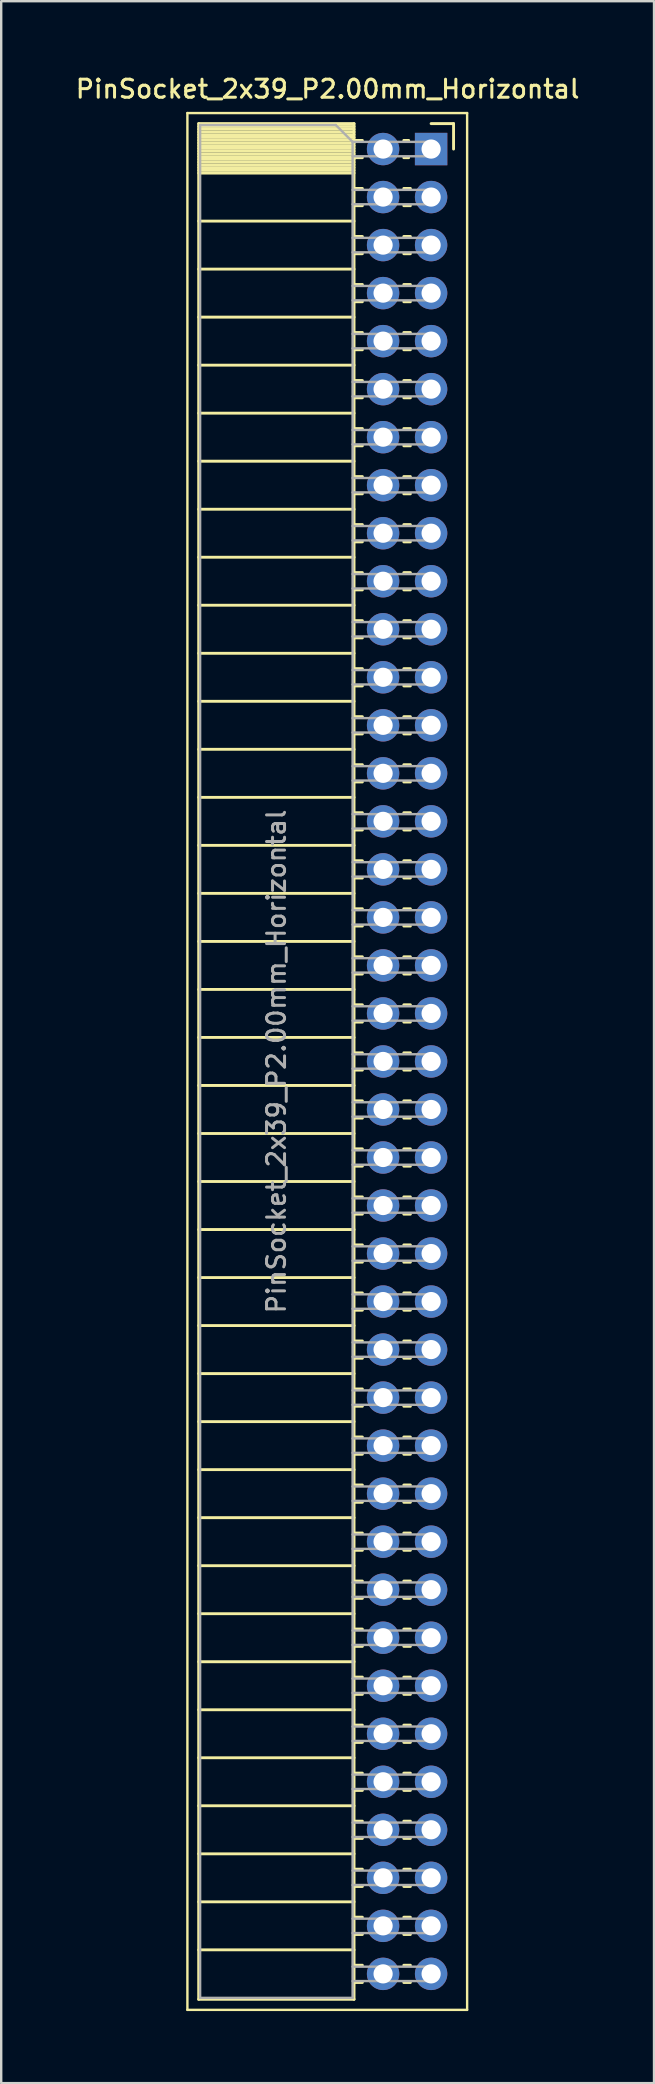
<source format=kicad_pcb>
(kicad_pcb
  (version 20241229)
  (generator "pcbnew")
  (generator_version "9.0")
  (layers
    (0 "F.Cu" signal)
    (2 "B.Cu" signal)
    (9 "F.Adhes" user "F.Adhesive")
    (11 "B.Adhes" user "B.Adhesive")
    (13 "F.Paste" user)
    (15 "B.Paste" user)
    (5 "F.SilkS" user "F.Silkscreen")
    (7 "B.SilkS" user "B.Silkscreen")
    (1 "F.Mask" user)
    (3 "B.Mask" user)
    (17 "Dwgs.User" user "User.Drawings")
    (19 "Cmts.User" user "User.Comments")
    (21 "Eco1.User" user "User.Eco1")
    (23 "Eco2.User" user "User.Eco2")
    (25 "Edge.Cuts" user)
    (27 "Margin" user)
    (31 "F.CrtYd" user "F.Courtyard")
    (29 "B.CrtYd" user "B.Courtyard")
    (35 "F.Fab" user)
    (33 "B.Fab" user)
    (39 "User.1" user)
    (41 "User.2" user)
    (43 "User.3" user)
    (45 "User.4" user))
  (footprint "PinSocket_2x39_P2.00mm_Horizontal"
    (layer "F.Cu")
    (at 14.905 3.158)
    (property "Reference" "PinSocket_2x39_P2.00mm_Horizontal" (at -4.31 -2.5 0) (layer "F.SilkS") (effects (font (size 0.75 0.75) (thickness 0.125))))
    (attr through_hole)
    (fp_line (start -10.15 -1.5) (end -10.15 77.5) (stroke (width 0.1) (type solid)) (layer "F.SilkS"))
    (fp_line (start -10.15 77.5) (end 1.5 77.5) (stroke (width 0.1) (type solid)) (layer "F.SilkS"))
    (fp_line (start -9.68 -1.06) (end -9.68 77.06) (stroke (width 0.12) (type solid)) (layer "F.SilkS"))
    (fp_line (start -9.68 -1.06) (end -3.21 -1.06) (stroke (width 0.12) (type solid)) (layer "F.SilkS"))
    (fp_line (start -9.68 -0.94) (end -3.21 -0.94) (stroke (width 0.12) (type solid)) (layer "F.SilkS"))
    (fp_line (start -9.68 -0.826) (end -3.21 -0.826) (stroke (width 0.12) (type solid)) (layer "F.SilkS"))
    (fp_line (start -9.68 -0.712) (end -3.21 -0.712) (stroke (width 0.12) (type solid)) (layer "F.SilkS"))
    (fp_line (start -9.68 -0.598) (end -3.21 -0.598) (stroke (width 0.12) (type solid)) (layer "F.SilkS"))
    (fp_line (start -9.68 -0.484) (end -3.21 -0.484) (stroke (width 0.12) (type solid)) (layer "F.SilkS"))
    (fp_line (start -9.68 -0.369) (end -3.21 -0.369) (stroke (width 0.12) (type solid)) (layer "F.SilkS"))
    (fp_line (start -9.68 -0.255) (end -3.21 -0.255) (stroke (width 0.12) (type solid)) (layer "F.SilkS"))
    (fp_line (start -9.68 -0.141) (end -3.21 -0.141) (stroke (width 0.12) (type solid)) (layer "F.SilkS"))
    (fp_line (start -9.68 -0.027) (end -3.21 -0.027) (stroke (width 0.12) (type solid)) (layer "F.SilkS"))
    (fp_line (start -9.68 0.087) (end -3.21 0.087) (stroke (width 0.12) (type solid)) (layer "F.SilkS"))
    (fp_line (start -9.68 0.201) (end -3.21 0.201) (stroke (width 0.12) (type solid)) (layer "F.SilkS"))
    (fp_line (start -9.68 0.315) (end -3.21 0.315) (stroke (width 0.12) (type solid)) (layer "F.SilkS"))
    (fp_line (start -9.68 0.429) (end -3.21 0.429) (stroke (width 0.12) (type solid)) (layer "F.SilkS"))
    (fp_line (start -9.68 0.544) (end -3.21 0.544) (stroke (width 0.12) (type solid)) (layer "F.SilkS"))
    (fp_line (start -9.68 0.658) (end -3.21 0.658) (stroke (width 0.12) (type solid)) (layer "F.SilkS"))
    (fp_line (start -9.68 0.772) (end -3.21 0.772) (stroke (width 0.12) (type solid)) (layer "F.SilkS"))
    (fp_line (start -9.68 0.886) (end -3.21 0.886) (stroke (width 0.12) (type solid)) (layer "F.SilkS"))
    (fp_line (start -9.68 1) (end -3.21 1) (stroke (width 0.12) (type solid)) (layer "F.SilkS"))
    (fp_line (start -9.68 3) (end -3.21 3) (stroke (width 0.12) (type solid)) (layer "F.SilkS"))
    (fp_line (start -9.68 5) (end -3.21 5) (stroke (width 0.12) (type solid)) (layer "F.SilkS"))
    (fp_line (start -9.68 7) (end -3.21 7) (stroke (width 0.12) (type solid)) (layer "F.SilkS"))
    (fp_line (start -9.68 9) (end -3.21 9) (stroke (width 0.12) (type solid)) (layer "F.SilkS"))
    (fp_line (start -9.68 11) (end -3.21 11) (stroke (width 0.12) (type solid)) (layer "F.SilkS"))
    (fp_line (start -9.68 13) (end -3.21 13) (stroke (width 0.12) (type solid)) (layer "F.SilkS"))
    (fp_line (start -9.68 15) (end -3.21 15) (stroke (width 0.12) (type solid)) (layer "F.SilkS"))
    (fp_line (start -9.68 17) (end -3.21 17) (stroke (width 0.12) (type solid)) (layer "F.SilkS"))
    (fp_line (start -9.68 19) (end -3.21 19) (stroke (width 0.12) (type solid)) (layer "F.SilkS"))
    (fp_line (start -9.68 21) (end -3.21 21) (stroke (width 0.12) (type solid)) (layer "F.SilkS"))
    (fp_line (start -9.68 23) (end -3.21 23) (stroke (width 0.12) (type solid)) (layer "F.SilkS"))
    (fp_line (start -9.68 25) (end -3.21 25) (stroke (width 0.12) (type solid)) (layer "F.SilkS"))
    (fp_line (start -9.68 27) (end -3.21 27) (stroke (width 0.12) (type solid)) (layer "F.SilkS"))
    (fp_line (start -9.68 29) (end -3.21 29) (stroke (width 0.12) (type solid)) (layer "F.SilkS"))
    (fp_line (start -9.68 31) (end -3.21 31) (stroke (width 0.12) (type solid)) (layer "F.SilkS"))
    (fp_line (start -9.68 33) (end -3.21 33) (stroke (width 0.12) (type solid)) (layer "F.SilkS"))
    (fp_line (start -9.68 35) (end -3.21 35) (stroke (width 0.12) (type solid)) (layer "F.SilkS"))
    (fp_line (start -9.68 37) (end -3.21 37) (stroke (width 0.12) (type solid)) (layer "F.SilkS"))
    (fp_line (start -9.68 39) (end -3.21 39) (stroke (width 0.12) (type solid)) (layer "F.SilkS"))
    (fp_line (start -9.68 41) (end -3.21 41) (stroke (width 0.12) (type solid)) (layer "F.SilkS"))
    (fp_line (start -9.68 43) (end -3.21 43) (stroke (width 0.12) (type solid)) (layer "F.SilkS"))
    (fp_line (start -9.68 45) (end -3.21 45) (stroke (width 0.12) (type solid)) (layer "F.SilkS"))
    (fp_line (start -9.68 47) (end -3.21 47) (stroke (width 0.12) (type solid)) (layer "F.SilkS"))
    (fp_line (start -9.68 49) (end -3.21 49) (stroke (width 0.12) (type solid)) (layer "F.SilkS"))
    (fp_line (start -9.68 51) (end -3.21 51) (stroke (width 0.12) (type solid)) (layer "F.SilkS"))
    (fp_line (start -9.68 53) (end -3.21 53) (stroke (width 0.12) (type solid)) (layer "F.SilkS"))
    (fp_line (start -9.68 55) (end -3.21 55) (stroke (width 0.12) (type solid)) (layer "F.SilkS"))
    (fp_line (start -9.68 57) (end -3.21 57) (stroke (width 0.12) (type solid)) (layer "F.SilkS"))
    (fp_line (start -9.68 59) (end -3.21 59) (stroke (width 0.12) (type solid)) (layer "F.SilkS"))
    (fp_line (start -9.68 61) (end -3.21 61) (stroke (width 0.12) (type solid)) (layer "F.SilkS"))
    (fp_line (start -9.68 63) (end -3.21 63) (stroke (width 0.12) (type solid)) (layer "F.SilkS"))
    (fp_line (start -9.68 65) (end -3.21 65) (stroke (width 0.12) (type solid)) (layer "F.SilkS"))
    (fp_line (start -9.68 67) (end -3.21 67) (stroke (width 0.12) (type solid)) (layer "F.SilkS"))
    (fp_line (start -9.68 69) (end -3.21 69) (stroke (width 0.12) (type solid)) (layer "F.SilkS"))
    (fp_line (start -9.68 71) (end -3.21 71) (stroke (width 0.12) (type solid)) (layer "F.SilkS"))
    (fp_line (start -9.68 73) (end -3.21 73) (stroke (width 0.12) (type solid)) (layer "F.SilkS"))
    (fp_line (start -9.68 75) (end -3.21 75) (stroke (width 0.12) (type solid)) (layer "F.SilkS"))
    (fp_line (start -9.68 77.06) (end -3.21 77.06) (stroke (width 0.12) (type solid)) (layer "F.SilkS"))
    (fp_line (start -3.21 -1.06) (end -3.21 77.06) (stroke (width 0.12) (type solid)) (layer "F.SilkS"))
    (fp_line (start -3.21 -0.36) (end -2.863 -0.36) (stroke (width 0.12) (type solid)) (layer "F.SilkS"))
    (fp_line (start -3.21 0.36) (end -2.863 0.36) (stroke (width 0.12) (type solid)) (layer "F.SilkS"))
    (fp_line (start -3.21 1.64) (end -2.863 1.64) (stroke (width 0.12) (type solid)) (layer "F.SilkS"))
    (fp_line (start -3.21 2.36) (end -2.863 2.36) (stroke (width 0.12) (type solid)) (layer "F.SilkS"))
    (fp_line (start -3.21 3.64) (end -2.863 3.64) (stroke (width 0.12) (type solid)) (layer "F.SilkS"))
    (fp_line (start -3.21 4.36) (end -2.863 4.36) (stroke (width 0.12) (type solid)) (layer "F.SilkS"))
    (fp_line (start -3.21 5.64) (end -2.863 5.64) (stroke (width 0.12) (type solid)) (layer "F.SilkS"))
    (fp_line (start -3.21 6.36) (end -2.863 6.36) (stroke (width 0.12) (type solid)) (layer "F.SilkS"))
    (fp_line (start -3.21 7.64) (end -2.863 7.64) (stroke (width 0.12) (type solid)) (layer "F.SilkS"))
    (fp_line (start -3.21 8.36) (end -2.863 8.36) (stroke (width 0.12) (type solid)) (layer "F.SilkS"))
    (fp_line (start -3.21 9.64) (end -2.863 9.64) (stroke (width 0.12) (type solid)) (layer "F.SilkS"))
    (fp_line (start -3.21 10.36) (end -2.863 10.36) (stroke (width 0.12) (type solid)) (layer "F.SilkS"))
    (fp_line (start -3.21 11.64) (end -2.863 11.64) (stroke (width 0.12) (type solid)) (layer "F.SilkS"))
    (fp_line (start -3.21 12.36) (end -2.863 12.36) (stroke (width 0.12) (type solid)) (layer "F.SilkS"))
    (fp_line (start -3.21 13.64) (end -2.863 13.64) (stroke (width 0.12) (type solid)) (layer "F.SilkS"))
    (fp_line (start -3.21 14.36) (end -2.863 14.36) (stroke (width 0.12) (type solid)) (layer "F.SilkS"))
    (fp_line (start -3.21 15.64) (end -2.863 15.64) (stroke (width 0.12) (type solid)) (layer "F.SilkS"))
    (fp_line (start -3.21 16.36) (end -2.863 16.36) (stroke (width 0.12) (type solid)) (layer "F.SilkS"))
    (fp_line (start -3.21 17.64) (end -2.863 17.64) (stroke (width 0.12) (type solid)) (layer "F.SilkS"))
    (fp_line (start -3.21 18.36) (end -2.863 18.36) (stroke (width 0.12) (type solid)) (layer "F.SilkS"))
    (fp_line (start -3.21 19.64) (end -2.863 19.64) (stroke (width 0.12) (type solid)) (layer "F.SilkS"))
    (fp_line (start -3.21 20.36) (end -2.863 20.36) (stroke (width 0.12) (type solid)) (layer "F.SilkS"))
    (fp_line (start -3.21 21.64) (end -2.863 21.64) (stroke (width 0.12) (type solid)) (layer "F.SilkS"))
    (fp_line (start -3.21 22.36) (end -2.863 22.36) (stroke (width 0.12) (type solid)) (layer "F.SilkS"))
    (fp_line (start -3.21 23.64) (end -2.863 23.64) (stroke (width 0.12) (type solid)) (layer "F.SilkS"))
    (fp_line (start -3.21 24.36) (end -2.863 24.36) (stroke (width 0.12) (type solid)) (layer "F.SilkS"))
    (fp_line (start -3.21 25.64) (end -2.863 25.64) (stroke (width 0.12) (type solid)) (layer "F.SilkS"))
    (fp_line (start -3.21 26.36) (end -2.863 26.36) (stroke (width 0.12) (type solid)) (layer "F.SilkS"))
    (fp_line (start -3.21 27.64) (end -2.863 27.64) (stroke (width 0.12) (type solid)) (layer "F.SilkS"))
    (fp_line (start -3.21 28.36) (end -2.863 28.36) (stroke (width 0.12) (type solid)) (layer "F.SilkS"))
    (fp_line (start -3.21 29.64) (end -2.863 29.64) (stroke (width 0.12) (type solid)) (layer "F.SilkS"))
    (fp_line (start -3.21 30.36) (end -2.863 30.36) (stroke (width 0.12) (type solid)) (layer "F.SilkS"))
    (fp_line (start -3.21 31.64) (end -2.863 31.64) (stroke (width 0.12) (type solid)) (layer "F.SilkS"))
    (fp_line (start -3.21 32.36) (end -2.863 32.36) (stroke (width 0.12) (type solid)) (layer "F.SilkS"))
    (fp_line (start -3.21 33.64) (end -2.863 33.64) (stroke (width 0.12) (type solid)) (layer "F.SilkS"))
    (fp_line (start -3.21 34.36) (end -2.863 34.36) (stroke (width 0.12) (type solid)) (layer "F.SilkS"))
    (fp_line (start -3.21 35.64) (end -2.863 35.64) (stroke (width 0.12) (type solid)) (layer "F.SilkS"))
    (fp_line (start -3.21 36.36) (end -2.863 36.36) (stroke (width 0.12) (type solid)) (layer "F.SilkS"))
    (fp_line (start -3.21 37.64) (end -2.863 37.64) (stroke (width 0.12) (type solid)) (layer "F.SilkS"))
    (fp_line (start -3.21 38.36) (end -2.863 38.36) (stroke (width 0.12) (type solid)) (layer "F.SilkS"))
    (fp_line (start -3.21 39.64) (end -2.863 39.64) (stroke (width 0.12) (type solid)) (layer "F.SilkS"))
    (fp_line (start -3.21 40.36) (end -2.863 40.36) (stroke (width 0.12) (type solid)) (layer "F.SilkS"))
    (fp_line (start -3.21 41.64) (end -2.863 41.64) (stroke (width 0.12) (type solid)) (layer "F.SilkS"))
    (fp_line (start -3.21 42.36) (end -2.863 42.36) (stroke (width 0.12) (type solid)) (layer "F.SilkS"))
    (fp_line (start -3.21 43.64) (end -2.863 43.64) (stroke (width 0.12) (type solid)) (layer "F.SilkS"))
    (fp_line (start -3.21 44.36) (end -2.863 44.36) (stroke (width 0.12) (type solid)) (layer "F.SilkS"))
    (fp_line (start -3.21 45.64) (end -2.863 45.64) (stroke (width 0.12) (type solid)) (layer "F.SilkS"))
    (fp_line (start -3.21 46.36) (end -2.863 46.36) (stroke (width 0.12) (type solid)) (layer "F.SilkS"))
    (fp_line (start -3.21 47.64) (end -2.863 47.64) (stroke (width 0.12) (type solid)) (layer "F.SilkS"))
    (fp_line (start -3.21 48.36) (end -2.863 48.36) (stroke (width 0.12) (type solid)) (layer "F.SilkS"))
    (fp_line (start -3.21 49.64) (end -2.863 49.64) (stroke (width 0.12) (type solid)) (layer "F.SilkS"))
    (fp_line (start -3.21 50.36) (end -2.863 50.36) (stroke (width 0.12) (type solid)) (layer "F.SilkS"))
    (fp_line (start -3.21 51.64) (end -2.863 51.64) (stroke (width 0.12) (type solid)) (layer "F.SilkS"))
    (fp_line (start -3.21 52.36) (end -2.863 52.36) (stroke (width 0.12) (type solid)) (layer "F.SilkS"))
    (fp_line (start -3.21 53.64) (end -2.863 53.64) (stroke (width 0.12) (type solid)) (layer "F.SilkS"))
    (fp_line (start -3.21 54.36) (end -2.863 54.36) (stroke (width 0.12) (type solid)) (layer "F.SilkS"))
    (fp_line (start -3.21 55.64) (end -2.863 55.64) (stroke (width 0.12) (type solid)) (layer "F.SilkS"))
    (fp_line (start -3.21 56.36) (end -2.863 56.36) (stroke (width 0.12) (type solid)) (layer "F.SilkS"))
    (fp_line (start -3.21 57.64) (end -2.863 57.64) (stroke (width 0.12) (type solid)) (layer "F.SilkS"))
    (fp_line (start -3.21 58.36) (end -2.863 58.36) (stroke (width 0.12) (type solid)) (layer "F.SilkS"))
    (fp_line (start -3.21 59.64) (end -2.863 59.64) (stroke (width 0.12) (type solid)) (layer "F.SilkS"))
    (fp_line (start -3.21 60.36) (end -2.863 60.36) (stroke (width 0.12) (type solid)) (layer "F.SilkS"))
    (fp_line (start -3.21 61.64) (end -2.863 61.64) (stroke (width 0.12) (type solid)) (layer "F.SilkS"))
    (fp_line (start -3.21 62.36) (end -2.863 62.36) (stroke (width 0.12) (type solid)) (layer "F.SilkS"))
    (fp_line (start -3.21 63.64) (end -2.863 63.64) (stroke (width 0.12) (type solid)) (layer "F.SilkS"))
    (fp_line (start -3.21 64.36) (end -2.863 64.36) (stroke (width 0.12) (type solid)) (layer "F.SilkS"))
    (fp_line (start -3.21 65.64) (end -2.863 65.64) (stroke (width 0.12) (type solid)) (layer "F.SilkS"))
    (fp_line (start -3.21 66.36) (end -2.863 66.36) (stroke (width 0.12) (type solid)) (layer "F.SilkS"))
    (fp_line (start -3.21 67.64) (end -2.863 67.64) (stroke (width 0.12) (type solid)) (layer "F.SilkS"))
    (fp_line (start -3.21 68.36) (end -2.863 68.36) (stroke (width 0.12) (type solid)) (layer "F.SilkS"))
    (fp_line (start -3.21 69.64) (end -2.863 69.64) (stroke (width 0.12) (type solid)) (layer "F.SilkS"))
    (fp_line (start -3.21 70.36) (end -2.863 70.36) (stroke (width 0.12) (type solid)) (layer "F.SilkS"))
    (fp_line (start -3.21 71.64) (end -2.863 71.64) (stroke (width 0.12) (type solid)) (layer "F.SilkS"))
    (fp_line (start -3.21 72.36) (end -2.863 72.36) (stroke (width 0.12) (type solid)) (layer "F.SilkS"))
    (fp_line (start -3.21 73.64) (end -2.863 73.64) (stroke (width 0.12) (type solid)) (layer "F.SilkS"))
    (fp_line (start -3.21 74.36) (end -2.863 74.36) (stroke (width 0.12) (type solid)) (layer "F.SilkS"))
    (fp_line (start -3.21 75.64) (end -2.863 75.64) (stroke (width 0.12) (type solid)) (layer "F.SilkS"))
    (fp_line (start -3.21 76.36) (end -2.863 76.36) (stroke (width 0.12) (type solid)) (layer "F.SilkS"))
    (fp_line (start -1.137 -0.36) (end -0.935 -0.36) (stroke (width 0.12) (type solid)) (layer "F.SilkS"))
    (fp_line (start -1.137 0.36) (end -0.935 0.36) (stroke (width 0.12) (type solid)) (layer "F.SilkS"))
    (fp_line (start -1.137 1.64) (end -0.863 1.64) (stroke (width 0.12) (type solid)) (layer "F.SilkS"))
    (fp_line (start -1.137 2.36) (end -0.863 2.36) (stroke (width 0.12) (type solid)) (layer "F.SilkS"))
    (fp_line (start -1.137 3.64) (end -0.863 3.64) (stroke (width 0.12) (type solid)) (layer "F.SilkS"))
    (fp_line (start -1.137 4.36) (end -0.863 4.36) (stroke (width 0.12) (type solid)) (layer "F.SilkS"))
    (fp_line (start -1.137 5.64) (end -0.863 5.64) (stroke (width 0.12) (type solid)) (layer "F.SilkS"))
    (fp_line (start -1.137 6.36) (end -0.863 6.36) (stroke (width 0.12) (type solid)) (layer "F.SilkS"))
    (fp_line (start -1.137 7.64) (end -0.863 7.64) (stroke (width 0.12) (type solid)) (layer "F.SilkS"))
    (fp_line (start -1.137 8.36) (end -0.863 8.36) (stroke (width 0.12) (type solid)) (layer "F.SilkS"))
    (fp_line (start -1.137 9.64) (end -0.863 9.64) (stroke (width 0.12) (type solid)) (layer "F.SilkS"))
    (fp_line (start -1.137 10.36) (end -0.863 10.36) (stroke (width 0.12) (type solid)) (layer "F.SilkS"))
    (fp_line (start -1.137 11.64) (end -0.863 11.64) (stroke (width 0.12) (type solid)) (layer "F.SilkS"))
    (fp_line (start -1.137 12.36) (end -0.863 12.36) (stroke (width 0.12) (type solid)) (layer "F.SilkS"))
    (fp_line (start -1.137 13.64) (end -0.863 13.64) (stroke (width 0.12) (type solid)) (layer "F.SilkS"))
    (fp_line (start -1.137 14.36) (end -0.863 14.36) (stroke (width 0.12) (type solid)) (layer "F.SilkS"))
    (fp_line (start -1.137 15.64) (end -0.863 15.64) (stroke (width 0.12) (type solid)) (layer "F.SilkS"))
    (fp_line (start -1.137 16.36) (end -0.863 16.36) (stroke (width 0.12) (type solid)) (layer "F.SilkS"))
    (fp_line (start -1.137 17.64) (end -0.863 17.64) (stroke (width 0.12) (type solid)) (layer "F.SilkS"))
    (fp_line (start -1.137 18.36) (end -0.863 18.36) (stroke (width 0.12) (type solid)) (layer "F.SilkS"))
    (fp_line (start -1.137 19.64) (end -0.863 19.64) (stroke (width 0.12) (type solid)) (layer "F.SilkS"))
    (fp_line (start -1.137 20.36) (end -0.863 20.36) (stroke (width 0.12) (type solid)) (layer "F.SilkS"))
    (fp_line (start -1.137 21.64) (end -0.863 21.64) (stroke (width 0.12) (type solid)) (layer "F.SilkS"))
    (fp_line (start -1.137 22.36) (end -0.863 22.36) (stroke (width 0.12) (type solid)) (layer "F.SilkS"))
    (fp_line (start -1.137 23.64) (end -0.863 23.64) (stroke (width 0.12) (type solid)) (layer "F.SilkS"))
    (fp_line (start -1.137 24.36) (end -0.863 24.36) (stroke (width 0.12) (type solid)) (layer "F.SilkS"))
    (fp_line (start -1.137 25.64) (end -0.863 25.64) (stroke (width 0.12) (type solid)) (layer "F.SilkS"))
    (fp_line (start -1.137 26.36) (end -0.863 26.36) (stroke (width 0.12) (type solid)) (layer "F.SilkS"))
    (fp_line (start -1.137 27.64) (end -0.863 27.64) (stroke (width 0.12) (type solid)) (layer "F.SilkS"))
    (fp_line (start -1.137 28.36) (end -0.863 28.36) (stroke (width 0.12) (type solid)) (layer "F.SilkS"))
    (fp_line (start -1.137 29.64) (end -0.863 29.64) (stroke (width 0.12) (type solid)) (layer "F.SilkS"))
    (fp_line (start -1.137 30.36) (end -0.863 30.36) (stroke (width 0.12) (type solid)) (layer "F.SilkS"))
    (fp_line (start -1.137 31.64) (end -0.863 31.64) (stroke (width 0.12) (type solid)) (layer "F.SilkS"))
    (fp_line (start -1.137 32.36) (end -0.863 32.36) (stroke (width 0.12) (type solid)) (layer "F.SilkS"))
    (fp_line (start -1.137 33.64) (end -0.863 33.64) (stroke (width 0.12) (type solid)) (layer "F.SilkS"))
    (fp_line (start -1.137 34.36) (end -0.863 34.36) (stroke (width 0.12) (type solid)) (layer "F.SilkS"))
    (fp_line (start -1.137 35.64) (end -0.863 35.64) (stroke (width 0.12) (type solid)) (layer "F.SilkS"))
    (fp_line (start -1.137 36.36) (end -0.863 36.36) (stroke (width 0.12) (type solid)) (layer "F.SilkS"))
    (fp_line (start -1.137 37.64) (end -0.863 37.64) (stroke (width 0.12) (type solid)) (layer "F.SilkS"))
    (fp_line (start -1.137 38.36) (end -0.863 38.36) (stroke (width 0.12) (type solid)) (layer "F.SilkS"))
    (fp_line (start -1.137 39.64) (end -0.863 39.64) (stroke (width 0.12) (type solid)) (layer "F.SilkS"))
    (fp_line (start -1.137 40.36) (end -0.863 40.36) (stroke (width 0.12) (type solid)) (layer "F.SilkS"))
    (fp_line (start -1.137 41.64) (end -0.863 41.64) (stroke (width 0.12) (type solid)) (layer "F.SilkS"))
    (fp_line (start -1.137 42.36) (end -0.863 42.36) (stroke (width 0.12) (type solid)) (layer "F.SilkS"))
    (fp_line (start -1.137 43.64) (end -0.863 43.64) (stroke (width 0.12) (type solid)) (layer "F.SilkS"))
    (fp_line (start -1.137 44.36) (end -0.863 44.36) (stroke (width 0.12) (type solid)) (layer "F.SilkS"))
    (fp_line (start -1.137 45.64) (end -0.863 45.64) (stroke (width 0.12) (type solid)) (layer "F.SilkS"))
    (fp_line (start -1.137 46.36) (end -0.863 46.36) (stroke (width 0.12) (type solid)) (layer "F.SilkS"))
    (fp_line (start -1.137 47.64) (end -0.863 47.64) (stroke (width 0.12) (type solid)) (layer "F.SilkS"))
    (fp_line (start -1.137 48.36) (end -0.863 48.36) (stroke (width 0.12) (type solid)) (layer "F.SilkS"))
    (fp_line (start -1.137 49.64) (end -0.863 49.64) (stroke (width 0.12) (type solid)) (layer "F.SilkS"))
    (fp_line (start -1.137 50.36) (end -0.863 50.36) (stroke (width 0.12) (type solid)) (layer "F.SilkS"))
    (fp_line (start -1.137 51.64) (end -0.863 51.64) (stroke (width 0.12) (type solid)) (layer "F.SilkS"))
    (fp_line (start -1.137 52.36) (end -0.863 52.36) (stroke (width 0.12) (type solid)) (layer "F.SilkS"))
    (fp_line (start -1.137 53.64) (end -0.863 53.64) (stroke (width 0.12) (type solid)) (layer "F.SilkS"))
    (fp_line (start -1.137 54.36) (end -0.863 54.36) (stroke (width 0.12) (type solid)) (layer "F.SilkS"))
    (fp_line (start -1.137 55.64) (end -0.863 55.64) (stroke (width 0.12) (type solid)) (layer "F.SilkS"))
    (fp_line (start -1.137 56.36) (end -0.863 56.36) (stroke (width 0.12) (type solid)) (layer "F.SilkS"))
    (fp_line (start -1.137 57.64) (end -0.863 57.64) (stroke (width 0.12) (type solid)) (layer "F.SilkS"))
    (fp_line (start -1.137 58.36) (end -0.863 58.36) (stroke (width 0.12) (type solid)) (layer "F.SilkS"))
    (fp_line (start -1.137 59.64) (end -0.863 59.64) (stroke (width 0.12) (type solid)) (layer "F.SilkS"))
    (fp_line (start -1.137 60.36) (end -0.863 60.36) (stroke (width 0.12) (type solid)) (layer "F.SilkS"))
    (fp_line (start -1.137 61.64) (end -0.863 61.64) (stroke (width 0.12) (type solid)) (layer "F.SilkS"))
    (fp_line (start -1.137 62.36) (end -0.863 62.36) (stroke (width 0.12) (type solid)) (layer "F.SilkS"))
    (fp_line (start -1.137 63.64) (end -0.863 63.64) (stroke (width 0.12) (type solid)) (layer "F.SilkS"))
    (fp_line (start -1.137 64.36) (end -0.863 64.36) (stroke (width 0.12) (type solid)) (layer "F.SilkS"))
    (fp_line (start -1.137 65.64) (end -0.863 65.64) (stroke (width 0.12) (type solid)) (layer "F.SilkS"))
    (fp_line (start -1.137 66.36) (end -0.863 66.36) (stroke (width 0.12) (type solid)) (layer "F.SilkS"))
    (fp_line (start -1.137 67.64) (end -0.863 67.64) (stroke (width 0.12) (type solid)) (layer "F.SilkS"))
    (fp_line (start -1.137 68.36) (end -0.863 68.36) (stroke (width 0.12) (type solid)) (layer "F.SilkS"))
    (fp_line (start -1.137 69.64) (end -0.863 69.64) (stroke (width 0.12) (type solid)) (layer "F.SilkS"))
    (fp_line (start -1.137 70.36) (end -0.863 70.36) (stroke (width 0.12) (type solid)) (layer "F.SilkS"))
    (fp_line (start -1.137 71.64) (end -0.863 71.64) (stroke (width 0.12) (type solid)) (layer "F.SilkS"))
    (fp_line (start -1.137 72.36) (end -0.863 72.36) (stroke (width 0.12) (type solid)) (layer "F.SilkS"))
    (fp_line (start -1.137 73.64) (end -0.863 73.64) (stroke (width 0.12) (type solid)) (layer "F.SilkS"))
    (fp_line (start -1.137 74.36) (end -0.863 74.36) (stroke (width 0.12) (type solid)) (layer "F.SilkS"))
    (fp_line (start -1.137 75.64) (end -0.863 75.64) (stroke (width 0.12) (type solid)) (layer "F.SilkS"))
    (fp_line (start -1.137 76.36) (end -0.863 76.36) (stroke (width 0.12) (type solid)) (layer "F.SilkS"))
    (fp_line (start 0 -1.06) (end 0.935 -1.06) (stroke (width 0.12) (type solid)) (layer "F.SilkS"))
    (fp_line (start 0.935 -1.06) (end 0.935 0) (stroke (width 0.12) (type solid)) (layer "F.SilkS"))
    (fp_line (start 1.5 -1.5) (end -10.15 -1.5) (stroke (width 0.1) (type solid)) (layer "F.SilkS"))
    (fp_line (start 1.5 77.5) (end 1.5 -1.5) (stroke (width 0.1) (type solid)) (layer "F.SilkS"))
    (fp_line (start -9.62 -1) (end -3.97 -1) (stroke (width 0.1) (type solid)) (layer "F.Fab"))
    (fp_line (start -9.62 77) (end -9.62 -1) (stroke (width 0.1) (type solid)) (layer "F.Fab"))
    (fp_line (start -3.97 -1) (end -3.27 -0.3) (stroke (width 0.1) (type solid)) (layer "F.Fab"))
    (fp_line (start -3.27 -0.3) (end -3.27 77) (stroke (width 0.1) (type solid)) (layer "F.Fab"))
    (fp_line (start -3.27 0.3) (end 0 0.3) (stroke (width 0.1) (type solid)) (layer "F.Fab"))
    (fp_line (start -3.27 2.3) (end 0 2.3) (stroke (width 0.1) (type solid)) (layer "F.Fab"))
    (fp_line (start -3.27 4.3) (end 0 4.3) (stroke (width 0.1) (type solid)) (layer "F.Fab"))
    (fp_line (start -3.27 6.3) (end 0 6.3) (stroke (width 0.1) (type solid)) (layer "F.Fab"))
    (fp_line (start -3.27 8.3) (end 0 8.3) (stroke (width 0.1) (type solid)) (layer "F.Fab"))
    (fp_line (start -3.27 10.3) (end 0 10.3) (stroke (width 0.1) (type solid)) (layer "F.Fab"))
    (fp_line (start -3.27 12.3) (end 0 12.3) (stroke (width 0.1) (type solid)) (layer "F.Fab"))
    (fp_line (start -3.27 14.3) (end 0 14.3) (stroke (width 0.1) (type solid)) (layer "F.Fab"))
    (fp_line (start -3.27 16.3) (end 0 16.3) (stroke (width 0.1) (type solid)) (layer "F.Fab"))
    (fp_line (start -3.27 18.3) (end 0 18.3) (stroke (width 0.1) (type solid)) (layer "F.Fab"))
    (fp_line (start -3.27 20.3) (end 0 20.3) (stroke (width 0.1) (type solid)) (layer "F.Fab"))
    (fp_line (start -3.27 22.3) (end 0 22.3) (stroke (width 0.1) (type solid)) (layer "F.Fab"))
    (fp_line (start -3.27 24.3) (end 0 24.3) (stroke (width 0.1) (type solid)) (layer "F.Fab"))
    (fp_line (start -3.27 26.3) (end 0 26.3) (stroke (width 0.1) (type solid)) (layer "F.Fab"))
    (fp_line (start -3.27 28.3) (end 0 28.3) (stroke (width 0.1) (type solid)) (layer "F.Fab"))
    (fp_line (start -3.27 30.3) (end 0 30.3) (stroke (width 0.1) (type solid)) (layer "F.Fab"))
    (fp_line (start -3.27 32.3) (end 0 32.3) (stroke (width 0.1) (type solid)) (layer "F.Fab"))
    (fp_line (start -3.27 34.3) (end 0 34.3) (stroke (width 0.1) (type solid)) (layer "F.Fab"))
    (fp_line (start -3.27 36.3) (end 0 36.3) (stroke (width 0.1) (type solid)) (layer "F.Fab"))
    (fp_line (start -3.27 38.3) (end 0 38.3) (stroke (width 0.1) (type solid)) (layer "F.Fab"))
    (fp_line (start -3.27 40.3) (end 0 40.3) (stroke (width 0.1) (type solid)) (layer "F.Fab"))
    (fp_line (start -3.27 42.3) (end 0 42.3) (stroke (width 0.1) (type solid)) (layer "F.Fab"))
    (fp_line (start -3.27 44.3) (end 0 44.3) (stroke (width 0.1) (type solid)) (layer "F.Fab"))
    (fp_line (start -3.27 46.3) (end 0 46.3) (stroke (width 0.1) (type solid)) (layer "F.Fab"))
    (fp_line (start -3.27 48.3) (end 0 48.3) (stroke (width 0.1) (type solid)) (layer "F.Fab"))
    (fp_line (start -3.27 50.3) (end 0 50.3) (stroke (width 0.1) (type solid)) (layer "F.Fab"))
    (fp_line (start -3.27 52.3) (end 0 52.3) (stroke (width 0.1) (type solid)) (layer "F.Fab"))
    (fp_line (start -3.27 54.3) (end 0 54.3) (stroke (width 0.1) (type solid)) (layer "F.Fab"))
    (fp_line (start -3.27 56.3) (end 0 56.3) (stroke (width 0.1) (type solid)) (layer "F.Fab"))
    (fp_line (start -3.27 58.3) (end 0 58.3) (stroke (width 0.1) (type solid)) (layer "F.Fab"))
    (fp_line (start -3.27 60.3) (end 0 60.3) (stroke (width 0.1) (type solid)) (layer "F.Fab"))
    (fp_line (start -3.27 62.3) (end 0 62.3) (stroke (width 0.1) (type solid)) (layer "F.Fab"))
    (fp_line (start -3.27 64.3) (end 0 64.3) (stroke (width 0.1) (type solid)) (layer "F.Fab"))
    (fp_line (start -3.27 66.3) (end 0 66.3) (stroke (width 0.1) (type solid)) (layer "F.Fab"))
    (fp_line (start -3.27 68.3) (end 0 68.3) (stroke (width 0.1) (type solid)) (layer "F.Fab"))
    (fp_line (start -3.27 70.3) (end 0 70.3) (stroke (width 0.1) (type solid)) (layer "F.Fab"))
    (fp_line (start -3.27 72.3) (end 0 72.3) (stroke (width 0.1) (type solid)) (layer "F.Fab"))
    (fp_line (start -3.27 74.3) (end 0 74.3) (stroke (width 0.1) (type solid)) (layer "F.Fab"))
    (fp_line (start -3.27 76.3) (end 0 76.3) (stroke (width 0.1) (type solid)) (layer "F.Fab"))
    (fp_line (start -3.27 77) (end -9.62 77) (stroke (width 0.1) (type solid)) (layer "F.Fab"))
    (fp_line (start 0 -0.3) (end -3.27 -0.3) (stroke (width 0.1) (type solid)) (layer "F.Fab"))
    (fp_line (start 0 0.3) (end 0 -0.3) (stroke (width 0.1) (type solid)) (layer "F.Fab"))
    (fp_line (start 0 1.7) (end -3.27 1.7) (stroke (width 0.1) (type solid)) (layer "F.Fab"))
    (fp_line (start 0 2.3) (end 0 1.7) (stroke (width 0.1) (type solid)) (layer "F.Fab"))
    (fp_line (start 0 3.7) (end -3.27 3.7) (stroke (width 0.1) (type solid)) (layer "F.Fab"))
    (fp_line (start 0 4.3) (end 0 3.7) (stroke (width 0.1) (type solid)) (layer "F.Fab"))
    (fp_line (start 0 5.7) (end -3.27 5.7) (stroke (width 0.1) (type solid)) (layer "F.Fab"))
    (fp_line (start 0 6.3) (end 0 5.7) (stroke (width 0.1) (type solid)) (layer "F.Fab"))
    (fp_line (start 0 7.7) (end -3.27 7.7) (stroke (width 0.1) (type solid)) (layer "F.Fab"))
    (fp_line (start 0 8.3) (end 0 7.7) (stroke (width 0.1) (type solid)) (layer "F.Fab"))
    (fp_line (start 0 9.7) (end -3.27 9.7) (stroke (width 0.1) (type solid)) (layer "F.Fab"))
    (fp_line (start 0 10.3) (end 0 9.7) (stroke (width 0.1) (type solid)) (layer "F.Fab"))
    (fp_line (start 0 11.7) (end -3.27 11.7) (stroke (width 0.1) (type solid)) (layer "F.Fab"))
    (fp_line (start 0 12.3) (end 0 11.7) (stroke (width 0.1) (type solid)) (layer "F.Fab"))
    (fp_line (start 0 13.7) (end -3.27 13.7) (stroke (width 0.1) (type solid)) (layer "F.Fab"))
    (fp_line (start 0 14.3) (end 0 13.7) (stroke (width 0.1) (type solid)) (layer "F.Fab"))
    (fp_line (start 0 15.7) (end -3.27 15.7) (stroke (width 0.1) (type solid)) (layer "F.Fab"))
    (fp_line (start 0 16.3) (end 0 15.7) (stroke (width 0.1) (type solid)) (layer "F.Fab"))
    (fp_line (start 0 17.7) (end -3.27 17.7) (stroke (width 0.1) (type solid)) (layer "F.Fab"))
    (fp_line (start 0 18.3) (end 0 17.7) (stroke (width 0.1) (type solid)) (layer "F.Fab"))
    (fp_line (start 0 19.7) (end -3.27 19.7) (stroke (width 0.1) (type solid)) (layer "F.Fab"))
    (fp_line (start 0 20.3) (end 0 19.7) (stroke (width 0.1) (type solid)) (layer "F.Fab"))
    (fp_line (start 0 21.7) (end -3.27 21.7) (stroke (width 0.1) (type solid)) (layer "F.Fab"))
    (fp_line (start 0 22.3) (end 0 21.7) (stroke (width 0.1) (type solid)) (layer "F.Fab"))
    (fp_line (start 0 23.7) (end -3.27 23.7) (stroke (width 0.1) (type solid)) (layer "F.Fab"))
    (fp_line (start 0 24.3) (end 0 23.7) (stroke (width 0.1) (type solid)) (layer "F.Fab"))
    (fp_line (start 0 25.7) (end -3.27 25.7) (stroke (width 0.1) (type solid)) (layer "F.Fab"))
    (fp_line (start 0 26.3) (end 0 25.7) (stroke (width 0.1) (type solid)) (layer "F.Fab"))
    (fp_line (start 0 27.7) (end -3.27 27.7) (stroke (width 0.1) (type solid)) (layer "F.Fab"))
    (fp_line (start 0 28.3) (end 0 27.7) (stroke (width 0.1) (type solid)) (layer "F.Fab"))
    (fp_line (start 0 29.7) (end -3.27 29.7) (stroke (width 0.1) (type solid)) (layer "F.Fab"))
    (fp_line (start 0 30.3) (end 0 29.7) (stroke (width 0.1) (type solid)) (layer "F.Fab"))
    (fp_line (start 0 31.7) (end -3.27 31.7) (stroke (width 0.1) (type solid)) (layer "F.Fab"))
    (fp_line (start 0 32.3) (end 0 31.7) (stroke (width 0.1) (type solid)) (layer "F.Fab"))
    (fp_line (start 0 33.7) (end -3.27 33.7) (stroke (width 0.1) (type solid)) (layer "F.Fab"))
    (fp_line (start 0 34.3) (end 0 33.7) (stroke (width 0.1) (type solid)) (layer "F.Fab"))
    (fp_line (start 0 35.7) (end -3.27 35.7) (stroke (width 0.1) (type solid)) (layer "F.Fab"))
    (fp_line (start 0 36.3) (end 0 35.7) (stroke (width 0.1) (type solid)) (layer "F.Fab"))
    (fp_line (start 0 37.7) (end -3.27 37.7) (stroke (width 0.1) (type solid)) (layer "F.Fab"))
    (fp_line (start 0 38.3) (end 0 37.7) (stroke (width 0.1) (type solid)) (layer "F.Fab"))
    (fp_line (start 0 39.7) (end -3.27 39.7) (stroke (width 0.1) (type solid)) (layer "F.Fab"))
    (fp_line (start 0 40.3) (end 0 39.7) (stroke (width 0.1) (type solid)) (layer "F.Fab"))
    (fp_line (start 0 41.7) (end -3.27 41.7) (stroke (width 0.1) (type solid)) (layer "F.Fab"))
    (fp_line (start 0 42.3) (end 0 41.7) (stroke (width 0.1) (type solid)) (layer "F.Fab"))
    (fp_line (start 0 43.7) (end -3.27 43.7) (stroke (width 0.1) (type solid)) (layer "F.Fab"))
    (fp_line (start 0 44.3) (end 0 43.7) (stroke (width 0.1) (type solid)) (layer "F.Fab"))
    (fp_line (start 0 45.7) (end -3.27 45.7) (stroke (width 0.1) (type solid)) (layer "F.Fab"))
    (fp_line (start 0 46.3) (end 0 45.7) (stroke (width 0.1) (type solid)) (layer "F.Fab"))
    (fp_line (start 0 47.7) (end -3.27 47.7) (stroke (width 0.1) (type solid)) (layer "F.Fab"))
    (fp_line (start 0 48.3) (end 0 47.7) (stroke (width 0.1) (type solid)) (layer "F.Fab"))
    (fp_line (start 0 49.7) (end -3.27 49.7) (stroke (width 0.1) (type solid)) (layer "F.Fab"))
    (fp_line (start 0 50.3) (end 0 49.7) (stroke (width 0.1) (type solid)) (layer "F.Fab"))
    (fp_line (start 0 51.7) (end -3.27 51.7) (stroke (width 0.1) (type solid)) (layer "F.Fab"))
    (fp_line (start 0 52.3) (end 0 51.7) (stroke (width 0.1) (type solid)) (layer "F.Fab"))
    (fp_line (start 0 53.7) (end -3.27 53.7) (stroke (width 0.1) (type solid)) (layer "F.Fab"))
    (fp_line (start 0 54.3) (end 0 53.7) (stroke (width 0.1) (type solid)) (layer "F.Fab"))
    (fp_line (start 0 55.7) (end -3.27 55.7) (stroke (width 0.1) (type solid)) (layer "F.Fab"))
    (fp_line (start 0 56.3) (end 0 55.7) (stroke (width 0.1) (type solid)) (layer "F.Fab"))
    (fp_line (start 0 57.7) (end -3.27 57.7) (stroke (width 0.1) (type solid)) (layer "F.Fab"))
    (fp_line (start 0 58.3) (end 0 57.7) (stroke (width 0.1) (type solid)) (layer "F.Fab"))
    (fp_line (start 0 59.7) (end -3.27 59.7) (stroke (width 0.1) (type solid)) (layer "F.Fab"))
    (fp_line (start 0 60.3) (end 0 59.7) (stroke (width 0.1) (type solid)) (layer "F.Fab"))
    (fp_line (start 0 61.7) (end -3.27 61.7) (stroke (width 0.1) (type solid)) (layer "F.Fab"))
    (fp_line (start 0 62.3) (end 0 61.7) (stroke (width 0.1) (type solid)) (layer "F.Fab"))
    (fp_line (start 0 63.7) (end -3.27 63.7) (stroke (width 0.1) (type solid)) (layer "F.Fab"))
    (fp_line (start 0 64.3) (end 0 63.7) (stroke (width 0.1) (type solid)) (layer "F.Fab"))
    (fp_line (start 0 65.7) (end -3.27 65.7) (stroke (width 0.1) (type solid)) (layer "F.Fab"))
    (fp_line (start 0 66.3) (end 0 65.7) (stroke (width 0.1) (type solid)) (layer "F.Fab"))
    (fp_line (start 0 67.7) (end -3.27 67.7) (stroke (width 0.1) (type solid)) (layer "F.Fab"))
    (fp_line (start 0 68.3) (end 0 67.7) (stroke (width 0.1) (type solid)) (layer "F.Fab"))
    (fp_line (start 0 69.7) (end -3.27 69.7) (stroke (width 0.1) (type solid)) (layer "F.Fab"))
    (fp_line (start 0 70.3) (end 0 69.7) (stroke (width 0.1) (type solid)) (layer "F.Fab"))
    (fp_line (start 0 71.7) (end -3.27 71.7) (stroke (width 0.1) (type solid)) (layer "F.Fab"))
    (fp_line (start 0 72.3) (end 0 71.7) (stroke (width 0.1) (type solid)) (layer "F.Fab"))
    (fp_line (start 0 73.7) (end -3.27 73.7) (stroke (width 0.1) (type solid)) (layer "F.Fab"))
    (fp_line (start 0 74.3) (end 0 73.7) (stroke (width 0.1) (type solid)) (layer "F.Fab"))
    (fp_line (start 0 75.7) (end -3.27 75.7) (stroke (width 0.1) (type solid)) (layer "F.Fab"))
    (fp_line (start 0 76.3) (end 0 75.7) (stroke (width 0.1) (type solid)) (layer "F.Fab"))
    (fp_text user "${REFERENCE}" (at -6.445 38 90) (layer "F.Fab") (effects (font (size 0.75 0.75) (thickness 0.125))))
    (pad "1" thru_hole rect (at 0 0) (size 1.35 1.35) (drill 0.8) (layers "*.Cu" "*.Mask"))
    (pad "2" thru_hole oval (at -2 0) (size 1.35 1.35) (drill 0.8) (layers "*.Cu" "*.Mask"))
    (pad "3" thru_hole oval (at 0 2) (size 1.35 1.35) (drill 0.8) (layers "*.Cu" "*.Mask"))
    (pad "4" thru_hole oval (at -2 2) (size 1.35 1.35) (drill 0.8) (layers "*.Cu" "*.Mask"))
    (pad "5" thru_hole oval (at 0 4) (size 1.35 1.35) (drill 0.8) (layers "*.Cu" "*.Mask"))
    (pad "6" thru_hole oval (at -2 4) (size 1.35 1.35) (drill 0.8) (layers "*.Cu" "*.Mask"))
    (pad "7" thru_hole oval (at 0 6) (size 1.35 1.35) (drill 0.8) (layers "*.Cu" "*.Mask"))
    (pad "8" thru_hole oval (at -2 6) (size 1.35 1.35) (drill 0.8) (layers "*.Cu" "*.Mask"))
    (pad "9" thru_hole oval (at 0 8) (size 1.35 1.35) (drill 0.8) (layers "*.Cu" "*.Mask"))
    (pad "10" thru_hole oval (at -2 8) (size 1.35 1.35) (drill 0.8) (layers "*.Cu" "*.Mask"))
    (pad "11" thru_hole oval (at 0 10) (size 1.35 1.35) (drill 0.8) (layers "*.Cu" "*.Mask"))
    (pad "12" thru_hole oval (at -2 10) (size 1.35 1.35) (drill 0.8) (layers "*.Cu" "*.Mask"))
    (pad "13" thru_hole oval (at 0 12) (size 1.35 1.35) (drill 0.8) (layers "*.Cu" "*.Mask"))
    (pad "14" thru_hole oval (at -2 12) (size 1.35 1.35) (drill 0.8) (layers "*.Cu" "*.Mask"))
    (pad "15" thru_hole oval (at 0 14) (size 1.35 1.35) (drill 0.8) (layers "*.Cu" "*.Mask"))
    (pad "16" thru_hole oval (at -2 14) (size 1.35 1.35) (drill 0.8) (layers "*.Cu" "*.Mask"))
    (pad "17" thru_hole oval (at 0 16) (size 1.35 1.35) (drill 0.8) (layers "*.Cu" "*.Mask"))
    (pad "18" thru_hole oval (at -2 16) (size 1.35 1.35) (drill 0.8) (layers "*.Cu" "*.Mask"))
    (pad "19" thru_hole oval (at 0 18) (size 1.35 1.35) (drill 0.8) (layers "*.Cu" "*.Mask"))
    (pad "20" thru_hole oval (at -2 18) (size 1.35 1.35) (drill 0.8) (layers "*.Cu" "*.Mask"))
    (pad "21" thru_hole oval (at 0 20) (size 1.35 1.35) (drill 0.8) (layers "*.Cu" "*.Mask"))
    (pad "22" thru_hole oval (at -2 20) (size 1.35 1.35) (drill 0.8) (layers "*.Cu" "*.Mask"))
    (pad "23" thru_hole oval (at 0 22) (size 1.35 1.35) (drill 0.8) (layers "*.Cu" "*.Mask"))
    (pad "24" thru_hole oval (at -2 22) (size 1.35 1.35) (drill 0.8) (layers "*.Cu" "*.Mask"))
    (pad "25" thru_hole oval (at 0 24) (size 1.35 1.35) (drill 0.8) (layers "*.Cu" "*.Mask"))
    (pad "26" thru_hole oval (at -2 24) (size 1.35 1.35) (drill 0.8) (layers "*.Cu" "*.Mask"))
    (pad "27" thru_hole oval (at 0 26) (size 1.35 1.35) (drill 0.8) (layers "*.Cu" "*.Mask"))
    (pad "28" thru_hole oval (at -2 26) (size 1.35 1.35) (drill 0.8) (layers "*.Cu" "*.Mask"))
    (pad "29" thru_hole oval (at 0 28) (size 1.35 1.35) (drill 0.8) (layers "*.Cu" "*.Mask"))
    (pad "30" thru_hole oval (at -2 28) (size 1.35 1.35) (drill 0.8) (layers "*.Cu" "*.Mask"))
    (pad "31" thru_hole oval (at 0 30) (size 1.35 1.35) (drill 0.8) (layers "*.Cu" "*.Mask"))
    (pad "32" thru_hole oval (at -2 30) (size 1.35 1.35) (drill 0.8) (layers "*.Cu" "*.Mask"))
    (pad "33" thru_hole oval (at 0 32) (size 1.35 1.35) (drill 0.8) (layers "*.Cu" "*.Mask"))
    (pad "34" thru_hole oval (at -2 32) (size 1.35 1.35) (drill 0.8) (layers "*.Cu" "*.Mask"))
    (pad "35" thru_hole oval (at 0 34) (size 1.35 1.35) (drill 0.8) (layers "*.Cu" "*.Mask"))
    (pad "36" thru_hole oval (at -2 34) (size 1.35 1.35) (drill 0.8) (layers "*.Cu" "*.Mask"))
    (pad "37" thru_hole oval (at 0 36) (size 1.35 1.35) (drill 0.8) (layers "*.Cu" "*.Mask"))
    (pad "38" thru_hole oval (at -2 36) (size 1.35 1.35) (drill 0.8) (layers "*.Cu" "*.Mask"))
    (pad "39" thru_hole oval (at 0 38) (size 1.35 1.35) (drill 0.8) (layers "*.Cu" "*.Mask"))
    (pad "40" thru_hole oval (at -2 38) (size 1.35 1.35) (drill 0.8) (layers "*.Cu" "*.Mask"))
    (pad "41" thru_hole oval (at 0 40) (size 1.35 1.35) (drill 0.8) (layers "*.Cu" "*.Mask"))
    (pad "42" thru_hole oval (at -2 40) (size 1.35 1.35) (drill 0.8) (layers "*.Cu" "*.Mask"))
    (pad "43" thru_hole oval (at 0 42) (size 1.35 1.35) (drill 0.8) (layers "*.Cu" "*.Mask"))
    (pad "44" thru_hole oval (at -2 42) (size 1.35 1.35) (drill 0.8) (layers "*.Cu" "*.Mask"))
    (pad "45" thru_hole oval (at 0 44) (size 1.35 1.35) (drill 0.8) (layers "*.Cu" "*.Mask"))
    (pad "46" thru_hole oval (at -2 44) (size 1.35 1.35) (drill 0.8) (layers "*.Cu" "*.Mask"))
    (pad "47" thru_hole oval (at 0 46) (size 1.35 1.35) (drill 0.8) (layers "*.Cu" "*.Mask"))
    (pad "48" thru_hole oval (at -2 46) (size 1.35 1.35) (drill 0.8) (layers "*.Cu" "*.Mask"))
    (pad "49" thru_hole oval (at 0 48) (size 1.35 1.35) (drill 0.8) (layers "*.Cu" "*.Mask"))
    (pad "50" thru_hole oval (at -2 48) (size 1.35 1.35) (drill 0.8) (layers "*.Cu" "*.Mask"))
    (pad "51" thru_hole oval (at 0 50) (size 1.35 1.35) (drill 0.8) (layers "*.Cu" "*.Mask"))
    (pad "52" thru_hole oval (at -2 50) (size 1.35 1.35) (drill 0.8) (layers "*.Cu" "*.Mask"))
    (pad "53" thru_hole oval (at 0 52) (size 1.35 1.35) (drill 0.8) (layers "*.Cu" "*.Mask"))
    (pad "54" thru_hole oval (at -2 52) (size 1.35 1.35) (drill 0.8) (layers "*.Cu" "*.Mask"))
    (pad "55" thru_hole oval (at 0 54) (size 1.35 1.35) (drill 0.8) (layers "*.Cu" "*.Mask"))
    (pad "56" thru_hole oval (at -2 54) (size 1.35 1.35) (drill 0.8) (layers "*.Cu" "*.Mask"))
    (pad "57" thru_hole oval (at 0 56) (size 1.35 1.35) (drill 0.8) (layers "*.Cu" "*.Mask"))
    (pad "58" thru_hole oval (at -2 56) (size 1.35 1.35) (drill 0.8) (layers "*.Cu" "*.Mask"))
    (pad "59" thru_hole oval (at 0 58) (size 1.35 1.35) (drill 0.8) (layers "*.Cu" "*.Mask"))
    (pad "60" thru_hole oval (at -2 58) (size 1.35 1.35) (drill 0.8) (layers "*.Cu" "*.Mask"))
    (pad "61" thru_hole oval (at 0 60) (size 1.35 1.35) (drill 0.8) (layers "*.Cu" "*.Mask"))
    (pad "62" thru_hole oval (at -2 60) (size 1.35 1.35) (drill 0.8) (layers "*.Cu" "*.Mask"))
    (pad "63" thru_hole oval (at 0 62) (size 1.35 1.35) (drill 0.8) (layers "*.Cu" "*.Mask"))
    (pad "64" thru_hole oval (at -2 62) (size 1.35 1.35) (drill 0.8) (layers "*.Cu" "*.Mask"))
    (pad "65" thru_hole oval (at 0 64) (size 1.35 1.35) (drill 0.8) (layers "*.Cu" "*.Mask"))
    (pad "66" thru_hole oval (at -2 64) (size 1.35 1.35) (drill 0.8) (layers "*.Cu" "*.Mask"))
    (pad "67" thru_hole oval (at 0 66) (size 1.35 1.35) (drill 0.8) (layers "*.Cu" "*.Mask"))
    (pad "68" thru_hole oval (at -2 66) (size 1.35 1.35) (drill 0.8) (layers "*.Cu" "*.Mask"))
    (pad "69" thru_hole oval (at 0 68) (size 1.35 1.35) (drill 0.8) (layers "*.Cu" "*.Mask"))
    (pad "70" thru_hole oval (at -2 68) (size 1.35 1.35) (drill 0.8) (layers "*.Cu" "*.Mask"))
    (pad "71" thru_hole oval (at 0 70) (size 1.35 1.35) (drill 0.8) (layers "*.Cu" "*.Mask"))
    (pad "72" thru_hole oval (at -2 70) (size 1.35 1.35) (drill 0.8) (layers "*.Cu" "*.Mask"))
    (pad "73" thru_hole oval (at 0 72) (size 1.35 1.35) (drill 0.8) (layers "*.Cu" "*.Mask"))
    (pad "74" thru_hole oval (at -2 72) (size 1.35 1.35) (drill 0.8) (layers "*.Cu" "*.Mask"))
    (pad "75" thru_hole oval (at 0 74) (size 1.35 1.35) (drill 0.8) (layers "*.Cu" "*.Mask"))
    (pad "76" thru_hole oval (at -2 74) (size 1.35 1.35) (drill 0.8) (layers "*.Cu" "*.Mask"))
    (pad "77" thru_hole oval (at 0 76) (size 1.35 1.35) (drill 0.8) (layers "*.Cu" "*.Mask"))
    (pad "78" thru_hole oval (at -2 76) (size 1.35 1.35) (drill 0.8) (layers "*.Cu" "*.Mask")))
  (gr_rect
    (start -3 -3)
    (end 24.189 83.708)
    (stroke (width 0.1) (type default))
    (fill no)
    (layer "Edge.Cuts")))
</source>
